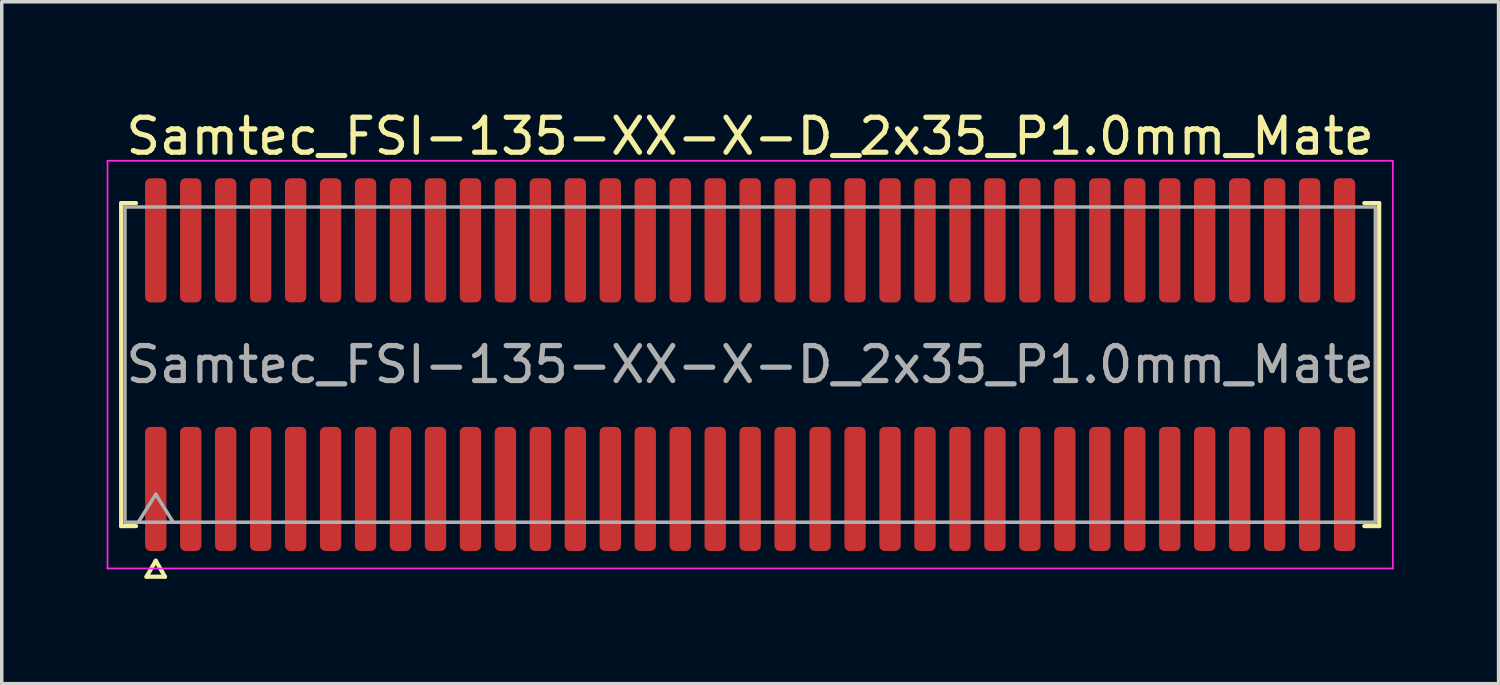
<source format=kicad_pcb>
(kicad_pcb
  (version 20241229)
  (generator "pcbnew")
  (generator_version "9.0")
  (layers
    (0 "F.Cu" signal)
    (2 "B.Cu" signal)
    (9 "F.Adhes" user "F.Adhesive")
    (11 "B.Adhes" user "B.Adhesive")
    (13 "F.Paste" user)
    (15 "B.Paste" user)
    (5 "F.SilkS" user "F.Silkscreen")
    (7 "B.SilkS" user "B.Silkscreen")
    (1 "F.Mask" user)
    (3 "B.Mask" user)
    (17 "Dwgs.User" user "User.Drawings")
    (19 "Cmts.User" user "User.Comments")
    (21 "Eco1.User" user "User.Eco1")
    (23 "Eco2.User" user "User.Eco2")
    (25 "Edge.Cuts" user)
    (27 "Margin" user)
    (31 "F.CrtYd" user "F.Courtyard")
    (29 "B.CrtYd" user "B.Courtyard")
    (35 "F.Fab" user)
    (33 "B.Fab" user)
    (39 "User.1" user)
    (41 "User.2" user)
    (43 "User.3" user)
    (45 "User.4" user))
  (footprint "Samtec_FSI-135-XX-X-D_2x35_P1.0mm_Mate"
    (layer "F.Cu")
    (at 18.405 7.378)
    (property "Reference" "Samtec_FSI-135-XX-X-D_2x35_P1.0mm_Mate" (at 0 -6.53 0) (layer "F.SilkS") (effects (font (size 1 1) (thickness 0.15))))
    (attr smd exclude_from_pos_files exclude_from_bom)
    (fp_line (start -17.99 -4.619) (end -17.565 -4.619) (stroke (width 0.12) (type solid)) (layer "F.SilkS"))
    (fp_line (start -17.99 4.619) (end -17.99 -4.619) (stroke (width 0.12) (type solid)) (layer "F.SilkS"))
    (fp_line (start -17.565 4.619) (end -17.99 4.619) (stroke (width 0.12) (type solid)) (layer "F.SilkS"))
    (fp_line (start -17.264 6.066) (end -17 5.609) (stroke (width 0.12) (type solid)) (layer "F.SilkS"))
    (fp_line (start -17 5.609) (end -16.736 6.066) (stroke (width 0.12) (type solid)) (layer "F.SilkS"))
    (fp_line (start -16.736 6.066) (end -17.264 6.066) (stroke (width 0.12) (type solid)) (layer "F.SilkS"))
    (fp_line (start 17.565 -4.619) (end 17.99 -4.619) (stroke (width 0.12) (type solid)) (layer "F.SilkS"))
    (fp_line (start 17.99 -4.619) (end 17.99 4.619) (stroke (width 0.12) (type solid)) (layer "F.SilkS"))
    (fp_line (start 17.99 4.619) (end 17.565 4.619) (stroke (width 0.12) (type solid)) (layer "F.SilkS"))
    (fp_line (start -18.38 -5.83) (end -18.38 5.83) (stroke (width 0.05) (type solid)) (layer "F.CrtYd"))
    (fp_line (start -18.38 5.83) (end 18.38 5.83) (stroke (width 0.05) (type solid)) (layer "F.CrtYd"))
    (fp_line (start 18.38 -5.83) (end -18.38 -5.83) (stroke (width 0.05) (type solid)) (layer "F.CrtYd"))
    (fp_line (start 18.38 5.83) (end 18.38 -5.83) (stroke (width 0.05) (type solid)) (layer "F.CrtYd"))
    (fp_line (start -17.88 -4.508) (end 17.88 -4.508) (stroke (width 0.1) (type solid)) (layer "F.Fab"))
    (fp_line (start -17.88 4.508) (end -17.88 -4.508) (stroke (width 0.1) (type solid)) (layer "F.Fab"))
    (fp_line (start -17.5 4.508) (end -17 3.708) (stroke (width 0.1) (type solid)) (layer "F.Fab"))
    (fp_line (start -17 3.708) (end -16.5 4.508) (stroke (width 0.1) (type solid)) (layer "F.Fab"))
    (fp_line (start 17.88 -4.508) (end 17.88 4.508) (stroke (width 0.1) (type solid)) (layer "F.Fab"))
    (fp_line (start 17.88 4.508) (end -17.88 4.508) (stroke (width 0.1) (type solid)) (layer "F.Fab"))
    (fp_text user "${REFERENCE}" (at 0 0 0) (layer "F.Fab") (effects (font (size 1 1) (thickness 0.15))))
    (pad "1" smd roundrect (at -17 3.555) (size 0.61 3.55) (layers "F.Cu" "F.Mask") (roundrect_rratio 0.25))
    (pad "2" smd roundrect (at -17 -3.555) (size 0.61 3.55) (layers "F.Cu" "F.Mask") (roundrect_rratio 0.25))
    (pad "3" smd roundrect (at -16 3.555) (size 0.61 3.55) (layers "F.Cu" "F.Mask") (roundrect_rratio 0.25))
    (pad "4" smd roundrect (at -16 -3.555) (size 0.61 3.55) (layers "F.Cu" "F.Mask") (roundrect_rratio 0.25))
    (pad "5" smd roundrect (at -15 3.555) (size 0.61 3.55) (layers "F.Cu" "F.Mask") (roundrect_rratio 0.25))
    (pad "6" smd roundrect (at -15 -3.555) (size 0.61 3.55) (layers "F.Cu" "F.Mask") (roundrect_rratio 0.25))
    (pad "7" smd roundrect (at -14 3.555) (size 0.61 3.55) (layers "F.Cu" "F.Mask") (roundrect_rratio 0.25))
    (pad "8" smd roundrect (at -14 -3.555) (size 0.61 3.55) (layers "F.Cu" "F.Mask") (roundrect_rratio 0.25))
    (pad "9" smd roundrect (at -13 3.555) (size 0.61 3.55) (layers "F.Cu" "F.Mask") (roundrect_rratio 0.25))
    (pad "10" smd roundrect (at -13 -3.555) (size 0.61 3.55) (layers "F.Cu" "F.Mask") (roundrect_rratio 0.25))
    (pad "11" smd roundrect (at -12 3.555) (size 0.61 3.55) (layers "F.Cu" "F.Mask") (roundrect_rratio 0.25))
    (pad "12" smd roundrect (at -12 -3.555) (size 0.61 3.55) (layers "F.Cu" "F.Mask") (roundrect_rratio 0.25))
    (pad "13" smd roundrect (at -11 3.555) (size 0.61 3.55) (layers "F.Cu" "F.Mask") (roundrect_rratio 0.25))
    (pad "14" smd roundrect (at -11 -3.555) (size 0.61 3.55) (layers "F.Cu" "F.Mask") (roundrect_rratio 0.25))
    (pad "15" smd roundrect (at -10 3.555) (size 0.61 3.55) (layers "F.Cu" "F.Mask") (roundrect_rratio 0.25))
    (pad "16" smd roundrect (at -10 -3.555) (size 0.61 3.55) (layers "F.Cu" "F.Mask") (roundrect_rratio 0.25))
    (pad "17" smd roundrect (at -9 3.555) (size 0.61 3.55) (layers "F.Cu" "F.Mask") (roundrect_rratio 0.25))
    (pad "18" smd roundrect (at -9 -3.555) (size 0.61 3.55) (layers "F.Cu" "F.Mask") (roundrect_rratio 0.25))
    (pad "19" smd roundrect (at -8 3.555) (size 0.61 3.55) (layers "F.Cu" "F.Mask") (roundrect_rratio 0.25))
    (pad "20" smd roundrect (at -8 -3.555) (size 0.61 3.55) (layers "F.Cu" "F.Mask") (roundrect_rratio 0.25))
    (pad "21" smd roundrect (at -7 3.555) (size 0.61 3.55) (layers "F.Cu" "F.Mask") (roundrect_rratio 0.25))
    (pad "22" smd roundrect (at -7 -3.555) (size 0.61 3.55) (layers "F.Cu" "F.Mask") (roundrect_rratio 0.25))
    (pad "23" smd roundrect (at -6 3.555) (size 0.61 3.55) (layers "F.Cu" "F.Mask") (roundrect_rratio 0.25))
    (pad "24" smd roundrect (at -6 -3.555) (size 0.61 3.55) (layers "F.Cu" "F.Mask") (roundrect_rratio 0.25))
    (pad "25" smd roundrect (at -5 3.555) (size 0.61 3.55) (layers "F.Cu" "F.Mask") (roundrect_rratio 0.25))
    (pad "26" smd roundrect (at -5 -3.555) (size 0.61 3.55) (layers "F.Cu" "F.Mask") (roundrect_rratio 0.25))
    (pad "27" smd roundrect (at -4 3.555) (size 0.61 3.55) (layers "F.Cu" "F.Mask") (roundrect_rratio 0.25))
    (pad "28" smd roundrect (at -4 -3.555) (size 0.61 3.55) (layers "F.Cu" "F.Mask") (roundrect_rratio 0.25))
    (pad "29" smd roundrect (at -3 3.555) (size 0.61 3.55) (layers "F.Cu" "F.Mask") (roundrect_rratio 0.25))
    (pad "30" smd roundrect (at -3 -3.555) (size 0.61 3.55) (layers "F.Cu" "F.Mask") (roundrect_rratio 0.25))
    (pad "31" smd roundrect (at -2 3.555) (size 0.61 3.55) (layers "F.Cu" "F.Mask") (roundrect_rratio 0.25))
    (pad "32" smd roundrect (at -2 -3.555) (size 0.61 3.55) (layers "F.Cu" "F.Mask") (roundrect_rratio 0.25))
    (pad "33" smd roundrect (at -1 3.555) (size 0.61 3.55) (layers "F.Cu" "F.Mask") (roundrect_rratio 0.25))
    (pad "34" smd roundrect (at -1 -3.555) (size 0.61 3.55) (layers "F.Cu" "F.Mask") (roundrect_rratio 0.25))
    (pad "35" smd roundrect (at 0 3.555) (size 0.61 3.55) (layers "F.Cu" "F.Mask") (roundrect_rratio 0.25))
    (pad "36" smd roundrect (at 0 -3.555) (size 0.61 3.55) (layers "F.Cu" "F.Mask") (roundrect_rratio 0.25))
    (pad "37" smd roundrect (at 1 3.555) (size 0.61 3.55) (layers "F.Cu" "F.Mask") (roundrect_rratio 0.25))
    (pad "38" smd roundrect (at 1 -3.555) (size 0.61 3.55) (layers "F.Cu" "F.Mask") (roundrect_rratio 0.25))
    (pad "39" smd roundrect (at 2 3.555) (size 0.61 3.55) (layers "F.Cu" "F.Mask") (roundrect_rratio 0.25))
    (pad "40" smd roundrect (at 2 -3.555) (size 0.61 3.55) (layers "F.Cu" "F.Mask") (roundrect_rratio 0.25))
    (pad "41" smd roundrect (at 3 3.555) (size 0.61 3.55) (layers "F.Cu" "F.Mask") (roundrect_rratio 0.25))
    (pad "42" smd roundrect (at 3 -3.555) (size 0.61 3.55) (layers "F.Cu" "F.Mask") (roundrect_rratio 0.25))
    (pad "43" smd roundrect (at 4 3.555) (size 0.61 3.55) (layers "F.Cu" "F.Mask") (roundrect_rratio 0.25))
    (pad "44" smd roundrect (at 4 -3.555) (size 0.61 3.55) (layers "F.Cu" "F.Mask") (roundrect_rratio 0.25))
    (pad "45" smd roundrect (at 5 3.555) (size 0.61 3.55) (layers "F.Cu" "F.Mask") (roundrect_rratio 0.25))
    (pad "46" smd roundrect (at 5 -3.555) (size 0.61 3.55) (layers "F.Cu" "F.Mask") (roundrect_rratio 0.25))
    (pad "47" smd roundrect (at 6 3.555) (size 0.61 3.55) (layers "F.Cu" "F.Mask") (roundrect_rratio 0.25))
    (pad "48" smd roundrect (at 6 -3.555) (size 0.61 3.55) (layers "F.Cu" "F.Mask") (roundrect_rratio 0.25))
    (pad "49" smd roundrect (at 7 3.555) (size 0.61 3.55) (layers "F.Cu" "F.Mask") (roundrect_rratio 0.25))
    (pad "50" smd roundrect (at 7 -3.555) (size 0.61 3.55) (layers "F.Cu" "F.Mask") (roundrect_rratio 0.25))
    (pad "51" smd roundrect (at 8 3.555) (size 0.61 3.55) (layers "F.Cu" "F.Mask") (roundrect_rratio 0.25))
    (pad "52" smd roundrect (at 8 -3.555) (size 0.61 3.55) (layers "F.Cu" "F.Mask") (roundrect_rratio 0.25))
    (pad "53" smd roundrect (at 9 3.555) (size 0.61 3.55) (layers "F.Cu" "F.Mask") (roundrect_rratio 0.25))
    (pad "54" smd roundrect (at 9 -3.555) (size 0.61 3.55) (layers "F.Cu" "F.Mask") (roundrect_rratio 0.25))
    (pad "55" smd roundrect (at 10 3.555) (size 0.61 3.55) (layers "F.Cu" "F.Mask") (roundrect_rratio 0.25))
    (pad "56" smd roundrect (at 10 -3.555) (size 0.61 3.55) (layers "F.Cu" "F.Mask") (roundrect_rratio 0.25))
    (pad "57" smd roundrect (at 11 3.555) (size 0.61 3.55) (layers "F.Cu" "F.Mask") (roundrect_rratio 0.25))
    (pad "58" smd roundrect (at 11 -3.555) (size 0.61 3.55) (layers "F.Cu" "F.Mask") (roundrect_rratio 0.25))
    (pad "59" smd roundrect (at 12 3.555) (size 0.61 3.55) (layers "F.Cu" "F.Mask") (roundrect_rratio 0.25))
    (pad "60" smd roundrect (at 12 -3.555) (size 0.61 3.55) (layers "F.Cu" "F.Mask") (roundrect_rratio 0.25))
    (pad "61" smd roundrect (at 13 3.555) (size 0.61 3.55) (layers "F.Cu" "F.Mask") (roundrect_rratio 0.25))
    (pad "62" smd roundrect (at 13 -3.555) (size 0.61 3.55) (layers "F.Cu" "F.Mask") (roundrect_rratio 0.25))
    (pad "63" smd roundrect (at 14 3.555) (size 0.61 3.55) (layers "F.Cu" "F.Mask") (roundrect_rratio 0.25))
    (pad "64" smd roundrect (at 14 -3.555) (size 0.61 3.55) (layers "F.Cu" "F.Mask") (roundrect_rratio 0.25))
    (pad "65" smd roundrect (at 15 3.555) (size 0.61 3.55) (layers "F.Cu" "F.Mask") (roundrect_rratio 0.25))
    (pad "66" smd roundrect (at 15 -3.555) (size 0.61 3.55) (layers "F.Cu" "F.Mask") (roundrect_rratio 0.25))
    (pad "67" smd roundrect (at 16 3.555) (size 0.61 3.55) (layers "F.Cu" "F.Mask") (roundrect_rratio 0.25))
    (pad "68" smd roundrect (at 16 -3.555) (size 0.61 3.55) (layers "F.Cu" "F.Mask") (roundrect_rratio 0.25))
    (pad "69" smd roundrect (at 17 3.555) (size 0.61 3.55) (layers "F.Cu" "F.Mask") (roundrect_rratio 0.25))
    (pad "70" smd roundrect (at 17 -3.555) (size 0.61 3.55) (layers "F.Cu" "F.Mask") (roundrect_rratio 0.25)))
  (gr_rect
    (start -3 -3)
    (end 39.81 16.504)
    (stroke (width 0.1) (type default))
    (fill no)
    (layer "Edge.Cuts")))
</source>
